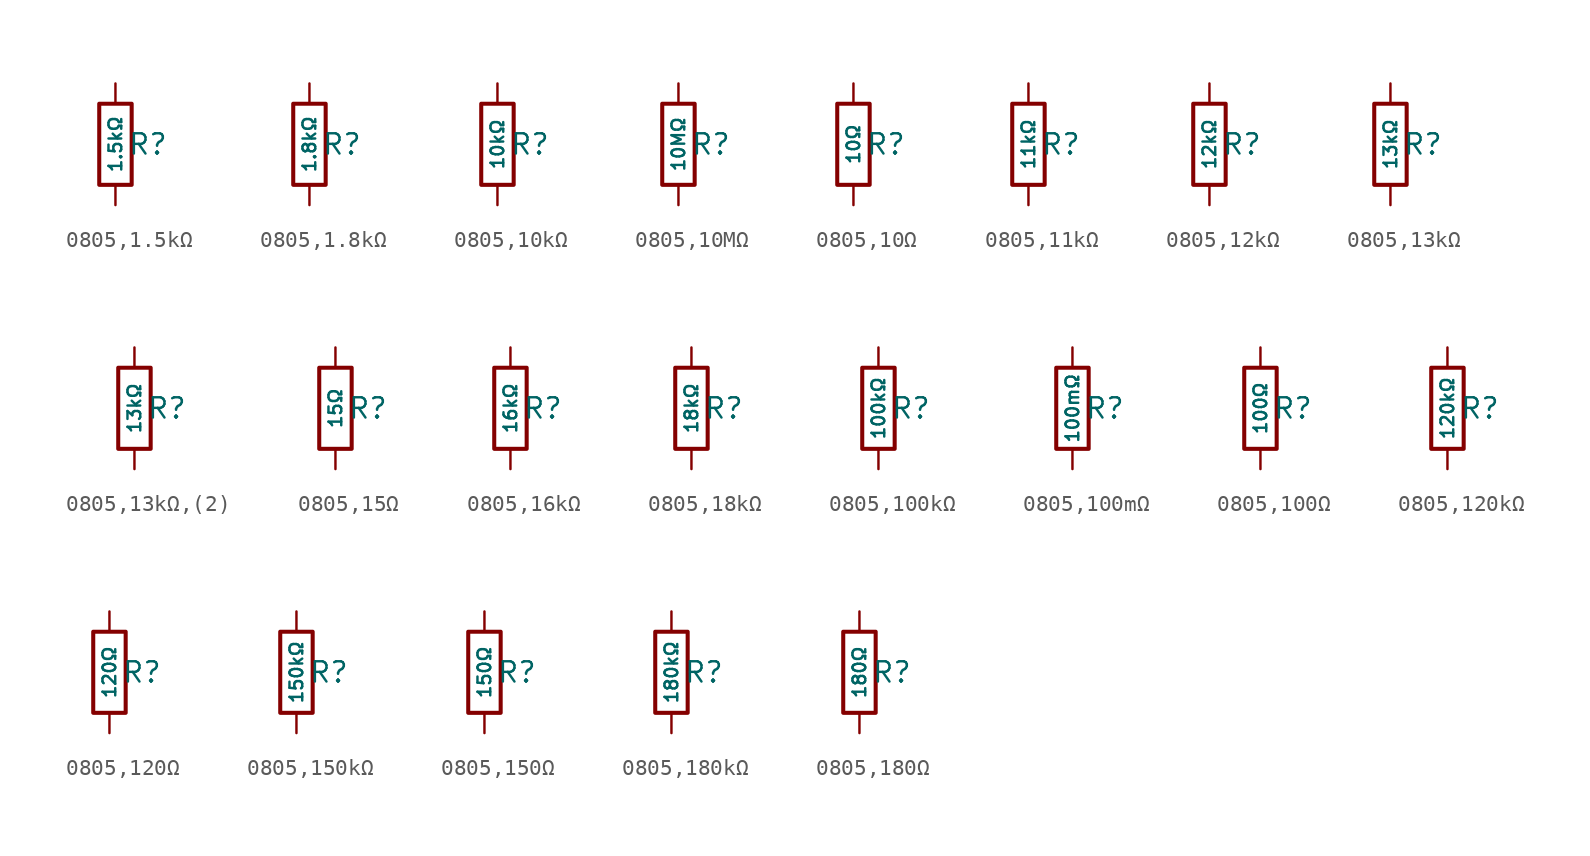
<source format=kicad_sym>
(kicad_symbol_lib
  (version 20231120)
  (generator "CDFER")
  (generator_version "8.0")
  (symbol "0805,1.5kΩ"
    (pin_numbers hide)
    (pin_names
      (offset 0))
    (property "Reference" "R"
      (at 2.032 0 0)
      (effects (font (size 1.27 1.27)) (hide no)))
    (property "Value" "1.5kΩ"
      (at 0 0 90)
      (do_not_autoplace)
      (effects (font (size 0.8 0.8)) (hide no)))
    (symbol "0805,1.5kΩ_0_1"
      (rectangle (start -1.016 2.54) (end 1.016 -2.54) (stroke (width 0.254) (type default)) (fill (type none))))
    (symbol "0805,1.5kΩ_1_1"
      (pin passive line (at 0 3.81 270) (length 1.27) (name "~" (effects (font (size 1.27 1.27)))) (number "1" (effects (font (size 1.27 1.27)))))
      (pin passive line (at 0 -3.81 90) (length 1.27) (name "~" (effects (font (size 1.27 1.27)))) (number "2" (effects (font (size 1.27 1.27)))))))
  (symbol "0805,1.8kΩ"
    (pin_numbers hide)
    (pin_names
      (offset 0))
    (property "Reference" "R"
      (at 2.032 0 0)
      (effects (font (size 1.27 1.27)) (hide no)))
    (property "Value" "1.8kΩ"
      (at 0 0 90)
      (do_not_autoplace)
      (effects (font (size 0.8 0.8)) (hide no)))
    (symbol "0805,1.8kΩ_0_1"
      (rectangle (start -1.016 2.54) (end 1.016 -2.54) (stroke (width 0.254) (type default)) (fill (type none))))
    (symbol "0805,1.8kΩ_1_1"
      (pin passive line (at 0 3.81 270) (length 1.27) (name "~" (effects (font (size 1.27 1.27)))) (number "1" (effects (font (size 1.27 1.27)))))
      (pin passive line (at 0 -3.81 90) (length 1.27) (name "~" (effects (font (size 1.27 1.27)))) (number "2" (effects (font (size 1.27 1.27)))))))
  (symbol "0805,10kΩ"
    (pin_numbers hide)
    (pin_names
      (offset 0))
    (property "Reference" "R"
      (at 2.032 0 0)
      (effects (font (size 1.27 1.27)) (hide no)))
    (property "Value" "10kΩ"
      (at 0 0 90)
      (do_not_autoplace)
      (effects (font (size 0.8 0.8)) (hide no)))
    (symbol "0805,10kΩ_0_1"
      (rectangle (start -1.016 2.54) (end 1.016 -2.54) (stroke (width 0.254) (type default)) (fill (type none))))
    (symbol "0805,10kΩ_1_1"
      (pin passive line (at 0 3.81 270) (length 1.27) (name "~" (effects (font (size 1.27 1.27)))) (number "1" (effects (font (size 1.27 1.27)))))
      (pin passive line (at 0 -3.81 90) (length 1.27) (name "~" (effects (font (size 1.27 1.27)))) (number "2" (effects (font (size 1.27 1.27)))))))
  (symbol "0805,10MΩ"
    (pin_numbers hide)
    (pin_names
      (offset 0))
    (property "Reference" "R"
      (at 2.032 0 0)
      (effects (font (size 1.27 1.27)) (hide no)))
    (property "Value" "10MΩ"
      (at 0 0 90)
      (do_not_autoplace)
      (effects (font (size 0.8 0.8)) (hide no)))
    (symbol "0805,10MΩ_0_1"
      (rectangle (start -1.016 2.54) (end 1.016 -2.54) (stroke (width 0.254) (type default)) (fill (type none))))
    (symbol "0805,10MΩ_1_1"
      (pin passive line (at 0 3.81 270) (length 1.27) (name "~" (effects (font (size 1.27 1.27)))) (number "1" (effects (font (size 1.27 1.27)))))
      (pin passive line (at 0 -3.81 90) (length 1.27) (name "~" (effects (font (size 1.27 1.27)))) (number "2" (effects (font (size 1.27 1.27)))))))
  (symbol "0805,10Ω"
    (pin_numbers hide)
    (pin_names
      (offset 0))
    (property "Reference" "R"
      (at 2.032 0 0)
      (effects (font (size 1.27 1.27)) (hide no)))
    (property "Value" "10Ω"
      (at 0 0 90)
      (do_not_autoplace)
      (effects (font (size 0.8 0.8)) (hide no)))
    (symbol "0805,10Ω_0_1"
      (rectangle (start -1.016 2.54) (end 1.016 -2.54) (stroke (width 0.254) (type default)) (fill (type none))))
    (symbol "0805,10Ω_1_1"
      (pin passive line (at 0 3.81 270) (length 1.27) (name "~" (effects (font (size 1.27 1.27)))) (number "1" (effects (font (size 1.27 1.27)))))
      (pin passive line (at 0 -3.81 90) (length 1.27) (name "~" (effects (font (size 1.27 1.27)))) (number "2" (effects (font (size 1.27 1.27)))))))
  (symbol "0805,11kΩ"
    (pin_numbers hide)
    (pin_names
      (offset 0))
    (property "Reference" "R"
      (at 2.032 0 0)
      (effects (font (size 1.27 1.27)) (hide no)))
    (property "Value" "11kΩ"
      (at 0 0 90)
      (do_not_autoplace)
      (effects (font (size 0.8 0.8)) (hide no)))
    (symbol "0805,11kΩ_0_1"
      (rectangle (start -1.016 2.54) (end 1.016 -2.54) (stroke (width 0.254) (type default)) (fill (type none))))
    (symbol "0805,11kΩ_1_1"
      (pin passive line (at 0 3.81 270) (length 1.27) (name "~" (effects (font (size 1.27 1.27)))) (number "1" (effects (font (size 1.27 1.27)))))
      (pin passive line (at 0 -3.81 90) (length 1.27) (name "~" (effects (font (size 1.27 1.27)))) (number "2" (effects (font (size 1.27 1.27)))))))
  (symbol "0805,12kΩ"
    (pin_numbers hide)
    (pin_names
      (offset 0))
    (property "Reference" "R"
      (at 2.032 0 0)
      (effects (font (size 1.27 1.27)) (hide no)))
    (property "Value" "12kΩ"
      (at 0 0 90)
      (do_not_autoplace)
      (effects (font (size 0.8 0.8)) (hide no)))
    (symbol "0805,12kΩ_0_1"
      (rectangle (start -1.016 2.54) (end 1.016 -2.54) (stroke (width 0.254) (type default)) (fill (type none))))
    (symbol "0805,12kΩ_1_1"
      (pin passive line (at 0 3.81 270) (length 1.27) (name "~" (effects (font (size 1.27 1.27)))) (number "1" (effects (font (size 1.27 1.27)))))
      (pin passive line (at 0 -3.81 90) (length 1.27) (name "~" (effects (font (size 1.27 1.27)))) (number "2" (effects (font (size 1.27 1.27)))))))
  (symbol "0805,13kΩ"
    (pin_numbers hide)
    (pin_names
      (offset 0))
    (property "Reference" "R"
      (at 2.032 0 0)
      (effects (font (size 1.27 1.27)) (hide no)))
    (property "Value" "13kΩ"
      (at 0 0 90)
      (do_not_autoplace)
      (effects (font (size 0.8 0.8)) (hide no)))
    (symbol "0805,13kΩ_0_1"
      (rectangle (start -1.016 2.54) (end 1.016 -2.54) (stroke (width 0.254) (type default)) (fill (type none))))
    (symbol "0805,13kΩ_1_1"
      (pin passive line (at 0 3.81 270) (length 1.27) (name "~" (effects (font (size 1.27 1.27)))) (number "1" (effects (font (size 1.27 1.27)))))
      (pin passive line (at 0 -3.81 90) (length 1.27) (name "~" (effects (font (size 1.27 1.27)))) (number "2" (effects (font (size 1.27 1.27)))))))
  (symbol "0805,13kΩ,(2)"
    (pin_numbers hide)
    (pin_names
      (offset 0))
    (property "Reference" "R"
      (at 2.032 0 0)
      (effects (font (size 1.27 1.27)) (hide no)))
    (property "Value" "13kΩ"
      (at 0 0 90)
      (do_not_autoplace)
      (effects (font (size 0.8 0.8)) (hide no)))
    (symbol "0805,13kΩ,(2)_0_1"
      (rectangle (start -1.016 2.54) (end 1.016 -2.54) (stroke (width 0.254) (type default)) (fill (type none))))
    (symbol "0805,13kΩ,(2)_1_1"
      (pin passive line (at 0 3.81 270) (length 1.27) (name "~" (effects (font (size 1.27 1.27)))) (number "1" (effects (font (size 1.27 1.27)))))
      (pin passive line (at 0 -3.81 90) (length 1.27) (name "~" (effects (font (size 1.27 1.27)))) (number "2" (effects (font (size 1.27 1.27)))))))
  (symbol "0805,15Ω"
    (pin_numbers hide)
    (pin_names
      (offset 0))
    (property "Reference" "R"
      (at 2.032 0 0)
      (effects (font (size 1.27 1.27)) (hide no)))
    (property "Value" "15Ω"
      (at 0 0 90)
      (do_not_autoplace)
      (effects (font (size 0.8 0.8)) (hide no)))
    (symbol "0805,15Ω_0_1"
      (rectangle (start -1.016 2.54) (end 1.016 -2.54) (stroke (width 0.254) (type default)) (fill (type none))))
    (symbol "0805,15Ω_1_1"
      (pin passive line (at 0 3.81 270) (length 1.27) (name "~" (effects (font (size 1.27 1.27)))) (number "1" (effects (font (size 1.27 1.27)))))
      (pin passive line (at 0 -3.81 90) (length 1.27) (name "~" (effects (font (size 1.27 1.27)))) (number "2" (effects (font (size 1.27 1.27)))))))
  (symbol "0805,16kΩ"
    (pin_numbers hide)
    (pin_names
      (offset 0))
    (property "Reference" "R"
      (at 2.032 0 0)
      (effects (font (size 1.27 1.27)) (hide no)))
    (property "Value" "16kΩ"
      (at 0 0 90)
      (do_not_autoplace)
      (effects (font (size 0.8 0.8)) (hide no)))
    (symbol "0805,16kΩ_0_1"
      (rectangle (start -1.016 2.54) (end 1.016 -2.54) (stroke (width 0.254) (type default)) (fill (type none))))
    (symbol "0805,16kΩ_1_1"
      (pin passive line (at 0 3.81 270) (length 1.27) (name "~" (effects (font (size 1.27 1.27)))) (number "1" (effects (font (size 1.27 1.27)))))
      (pin passive line (at 0 -3.81 90) (length 1.27) (name "~" (effects (font (size 1.27 1.27)))) (number "2" (effects (font (size 1.27 1.27)))))))
  (symbol "0805,18kΩ"
    (pin_numbers hide)
    (pin_names
      (offset 0))
    (property "Reference" "R"
      (at 2.032 0 0)
      (effects (font (size 1.27 1.27)) (hide no)))
    (property "Value" "18kΩ"
      (at 0 0 90)
      (do_not_autoplace)
      (effects (font (size 0.8 0.8)) (hide no)))
    (symbol "0805,18kΩ_0_1"
      (rectangle (start -1.016 2.54) (end 1.016 -2.54) (stroke (width 0.254) (type default)) (fill (type none))))
    (symbol "0805,18kΩ_1_1"
      (pin passive line (at 0 3.81 270) (length 1.27) (name "~" (effects (font (size 1.27 1.27)))) (number "1" (effects (font (size 1.27 1.27)))))
      (pin passive line (at 0 -3.81 90) (length 1.27) (name "~" (effects (font (size 1.27 1.27)))) (number "2" (effects (font (size 1.27 1.27)))))))
  (symbol "0805,100kΩ"
    (pin_numbers hide)
    (pin_names
      (offset 0))
    (property "Reference" "R"
      (at 2.032 0 0)
      (effects (font (size 1.27 1.27)) (hide no)))
    (property "Value" "100kΩ"
      (at 0 0 90)
      (do_not_autoplace)
      (effects (font (size 0.8 0.8)) (hide no)))
    (symbol "0805,100kΩ_0_1"
      (rectangle (start -1.016 2.54) (end 1.016 -2.54) (stroke (width 0.254) (type default)) (fill (type none))))
    (symbol "0805,100kΩ_1_1"
      (pin passive line (at 0 3.81 270) (length 1.27) (name "~" (effects (font (size 1.27 1.27)))) (number "1" (effects (font (size 1.27 1.27)))))
      (pin passive line (at 0 -3.81 90) (length 1.27) (name "~" (effects (font (size 1.27 1.27)))) (number "2" (effects (font (size 1.27 1.27)))))))
  (symbol "0805,100mΩ"
    (pin_numbers hide)
    (pin_names
      (offset 0))
    (property "Reference" "R"
      (at 2.032 0 0)
      (effects (font (size 1.27 1.27)) (hide no)))
    (property "Value" "100mΩ"
      (at 0 0 90)
      (do_not_autoplace)
      (effects (font (size 0.8 0.8)) (hide no)))
    (symbol "0805,100mΩ_0_1"
      (rectangle (start -1.016 2.54) (end 1.016 -2.54) (stroke (width 0.254) (type default)) (fill (type none))))
    (symbol "0805,100mΩ_1_1"
      (pin passive line (at 0 3.81 270) (length 1.27) (name "~" (effects (font (size 1.27 1.27)))) (number "1" (effects (font (size 1.27 1.27)))))
      (pin passive line (at 0 -3.81 90) (length 1.27) (name "~" (effects (font (size 1.27 1.27)))) (number "2" (effects (font (size 1.27 1.27)))))))
  (symbol "0805,100Ω"
    (pin_numbers hide)
    (pin_names
      (offset 0))
    (property "Reference" "R"
      (at 2.032 0 0)
      (effects (font (size 1.27 1.27)) (hide no)))
    (property "Value" "100Ω"
      (at 0 0 90)
      (do_not_autoplace)
      (effects (font (size 0.8 0.8)) (hide no)))
    (symbol "0805,100Ω_0_1"
      (rectangle (start -1.016 2.54) (end 1.016 -2.54) (stroke (width 0.254) (type default)) (fill (type none))))
    (symbol "0805,100Ω_1_1"
      (pin passive line (at 0 3.81 270) (length 1.27) (name "~" (effects (font (size 1.27 1.27)))) (number "1" (effects (font (size 1.27 1.27)))))
      (pin passive line (at 0 -3.81 90) (length 1.27) (name "~" (effects (font (size 1.27 1.27)))) (number "2" (effects (font (size 1.27 1.27)))))))
  (symbol "0805,120kΩ"
    (pin_numbers hide)
    (pin_names
      (offset 0))
    (property "Reference" "R"
      (at 2.032 0 0)
      (effects (font (size 1.27 1.27)) (hide no)))
    (property "Value" "120kΩ"
      (at 0 0 90)
      (do_not_autoplace)
      (effects (font (size 0.8 0.8)) (hide no)))
    (symbol "0805,120kΩ_0_1"
      (rectangle (start -1.016 2.54) (end 1.016 -2.54) (stroke (width 0.254) (type default)) (fill (type none))))
    (symbol "0805,120kΩ_1_1"
      (pin passive line (at 0 3.81 270) (length 1.27) (name "~" (effects (font (size 1.27 1.27)))) (number "1" (effects (font (size 1.27 1.27)))))
      (pin passive line (at 0 -3.81 90) (length 1.27) (name "~" (effects (font (size 1.27 1.27)))) (number "2" (effects (font (size 1.27 1.27)))))))
  (symbol "0805,120Ω"
    (pin_numbers hide)
    (pin_names
      (offset 0))
    (property "Reference" "R"
      (at 2.032 0 0)
      (effects (font (size 1.27 1.27)) (hide no)))
    (property "Value" "120Ω"
      (at 0 0 90)
      (do_not_autoplace)
      (effects (font (size 0.8 0.8)) (hide no)))
    (symbol "0805,120Ω_0_1"
      (rectangle (start -1.016 2.54) (end 1.016 -2.54) (stroke (width 0.254) (type default)) (fill (type none))))
    (symbol "0805,120Ω_1_1"
      (pin passive line (at 0 3.81 270) (length 1.27) (name "~" (effects (font (size 1.27 1.27)))) (number "1" (effects (font (size 1.27 1.27)))))
      (pin passive line (at 0 -3.81 90) (length 1.27) (name "~" (effects (font (size 1.27 1.27)))) (number "2" (effects (font (size 1.27 1.27)))))))
  (symbol "0805,150kΩ"
    (pin_numbers hide)
    (pin_names
      (offset 0))
    (property "Reference" "R"
      (at 2.032 0 0)
      (effects (font (size 1.27 1.27)) (hide no)))
    (property "Value" "150kΩ"
      (at 0 0 90)
      (do_not_autoplace)
      (effects (font (size 0.8 0.8)) (hide no)))
    (symbol "0805,150kΩ_0_1"
      (rectangle (start -1.016 2.54) (end 1.016 -2.54) (stroke (width 0.254) (type default)) (fill (type none))))
    (symbol "0805,150kΩ_1_1"
      (pin passive line (at 0 3.81 270) (length 1.27) (name "~" (effects (font (size 1.27 1.27)))) (number "1" (effects (font (size 1.27 1.27)))))
      (pin passive line (at 0 -3.81 90) (length 1.27) (name "~" (effects (font (size 1.27 1.27)))) (number "2" (effects (font (size 1.27 1.27)))))))
  (symbol "0805,150Ω"
    (pin_numbers hide)
    (pin_names
      (offset 0))
    (property "Reference" "R"
      (at 2.032 0 0)
      (effects (font (size 1.27 1.27)) (hide no)))
    (property "Value" "150Ω"
      (at 0 0 90)
      (do_not_autoplace)
      (effects (font (size 0.8 0.8)) (hide no)))
    (symbol "0805,150Ω_0_1"
      (rectangle (start -1.016 2.54) (end 1.016 -2.54) (stroke (width 0.254) (type default)) (fill (type none))))
    (symbol "0805,150Ω_1_1"
      (pin passive line (at 0 3.81 270) (length 1.27) (name "~" (effects (font (size 1.27 1.27)))) (number "1" (effects (font (size 1.27 1.27)))))
      (pin passive line (at 0 -3.81 90) (length 1.27) (name "~" (effects (font (size 1.27 1.27)))) (number "2" (effects (font (size 1.27 1.27)))))))
  (symbol "0805,180kΩ"
    (pin_numbers hide)
    (pin_names
      (offset 0))
    (property "Reference" "R"
      (at 2.032 0 0)
      (effects (font (size 1.27 1.27)) (hide no)))
    (property "Value" "180kΩ"
      (at 0 0 90)
      (do_not_autoplace)
      (effects (font (size 0.8 0.8)) (hide no)))
    (symbol "0805,180kΩ_0_1"
      (rectangle (start -1.016 2.54) (end 1.016 -2.54) (stroke (width 0.254) (type default)) (fill (type none))))
    (symbol "0805,180kΩ_1_1"
      (pin passive line (at 0 3.81 270) (length 1.27) (name "~" (effects (font (size 1.27 1.27)))) (number "1" (effects (font (size 1.27 1.27)))))
      (pin passive line (at 0 -3.81 90) (length 1.27) (name "~" (effects (font (size 1.27 1.27)))) (number "2" (effects (font (size 1.27 1.27)))))))
  (symbol "0805,180Ω"
    (pin_numbers hide)
    (pin_names
      (offset 0))
    (property "Reference" "R"
      (at 2.032 0 0)
      (effects (font (size 1.27 1.27)) (hide no)))
    (property "Value" "180Ω"
      (at 0 0 90)
      (do_not_autoplace)
      (effects (font (size 0.8 0.8)) (hide no)))
    (symbol "0805,180Ω_0_1"
      (rectangle (start -1.016 2.54) (end 1.016 -2.54) (stroke (width 0.254) (type default)) (fill (type none))))
    (symbol "0805,180Ω_1_1"
      (pin passive line (at 0 3.81 270) (length 1.27) (name "~" (effects (font (size 1.27 1.27)))) (number "1" (effects (font (size 1.27 1.27)))))
      (pin passive line (at 0 -3.81 90) (length 1.27) (name "~" (effects (font (size 1.27 1.27)))) (number "2" (effects (font (size 1.27 1.27))))))))
</source>
